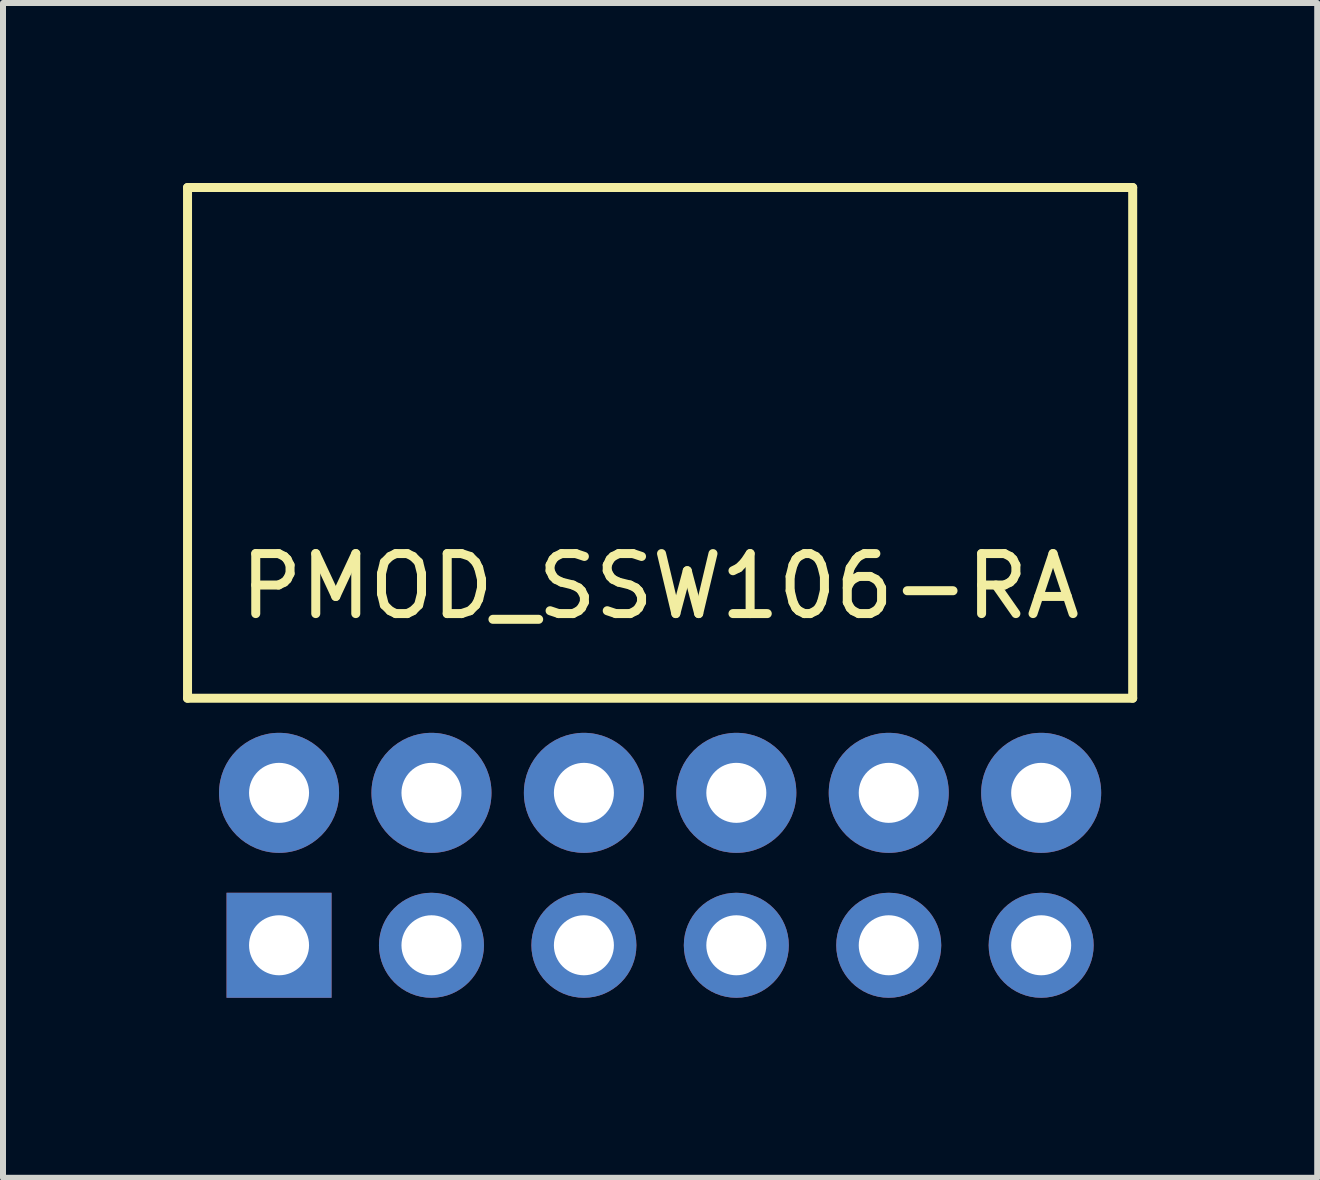
<source format=kicad_pcb>
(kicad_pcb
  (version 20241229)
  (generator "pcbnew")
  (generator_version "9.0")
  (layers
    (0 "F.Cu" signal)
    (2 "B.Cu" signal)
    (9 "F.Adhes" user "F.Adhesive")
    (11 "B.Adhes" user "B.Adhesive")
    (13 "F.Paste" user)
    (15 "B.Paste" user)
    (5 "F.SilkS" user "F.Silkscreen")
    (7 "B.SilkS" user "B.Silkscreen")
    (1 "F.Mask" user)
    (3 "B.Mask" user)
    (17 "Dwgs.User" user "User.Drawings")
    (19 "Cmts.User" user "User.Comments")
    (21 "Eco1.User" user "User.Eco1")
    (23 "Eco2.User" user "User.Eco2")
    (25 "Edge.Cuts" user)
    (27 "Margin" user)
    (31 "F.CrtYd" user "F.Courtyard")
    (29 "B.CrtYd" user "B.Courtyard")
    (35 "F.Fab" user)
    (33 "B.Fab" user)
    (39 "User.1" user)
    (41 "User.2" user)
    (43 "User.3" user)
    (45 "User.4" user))
  (footprint "PMOD_SSW106-RA"
    (layer "F.Cu")
    (at 7.95 11.432)
    (property "Reference" "PMOD_SSW106-RA" (at 0 -4.712 0) (layer "F.SilkS") (effects (font (size 1 1) (thickness 0.15))))
    (attr through_hole)
    (fp_line (start -7.875 -11.357) (end -7.875 -2.847) (stroke (width 0.15) (type solid)) (layer "F.SilkS"))
    (fp_line (start -7.875 -11.357) (end 7.875 -11.357) (stroke (width 0.15) (type solid)) (layer "F.SilkS"))
    (fp_line (start -7.875 -2.847) (end 7.875 -2.847) (stroke (width 0.15) (type solid)) (layer "F.SilkS"))
    (fp_line (start 7.875 -11.357) (end 7.875 -2.847) (stroke (width 0.15) (type solid)) (layer "F.SilkS"))
    (pad "1" thru_hole rect (at -6.35 1.27) (size 1.75 1.75) (drill 1) (layers "*.Cu" "*.Mask"))
    (pad "2" thru_hole circle (at -3.81 1.27) (size 1.75 1.75) (drill 1) (layers "*.Cu" "*.Mask"))
    (pad "3" thru_hole circle (at -1.27 1.27) (size 1.75 1.75) (drill 1) (layers "*.Cu" "*.Mask"))
    (pad "4" thru_hole circle (at 1.27 1.27) (size 1.75 1.75) (drill 1) (layers "*.Cu" "*.Mask"))
    (pad "5" thru_hole circle (at 3.81 1.27) (size 1.75 1.75) (drill 1) (layers "*.Cu" "*.Mask"))
    (pad "6" thru_hole circle (at 6.35 1.27) (size 1.75 1.75) (drill 1) (layers "*.Cu" "*.Mask"))
    (pad "7" thru_hole circle (at -6.35 -1.27) (size 2 2) (drill 1) (layers "*.Cu" "*.Mask"))
    (pad "8" thru_hole circle (at -3.81 -1.27) (size 2 2) (drill 1) (layers "*.Cu" "*.Mask"))
    (pad "9" thru_hole circle (at -1.27 -1.27) (size 2 2) (drill 1) (layers "*.Cu" "*.Mask"))
    (pad "10" thru_hole circle (at 1.27 -1.27) (size 2 2) (drill 1) (layers "*.Cu" "*.Mask"))
    (pad "11" thru_hole circle (at 3.81 -1.27) (size 2 2) (drill 1) (layers "*.Cu" "*.Mask"))
    (pad "12" thru_hole circle (at 6.35 -1.27) (size 2 2) (drill 1) (layers "*.Cu" "*.Mask")))
  (gr_rect
    (start -3 -3)
    (end 18.9 16.577)
    (stroke (width 0.1) (type default))
    (fill no)
    (layer "Edge.Cuts")))
</source>
